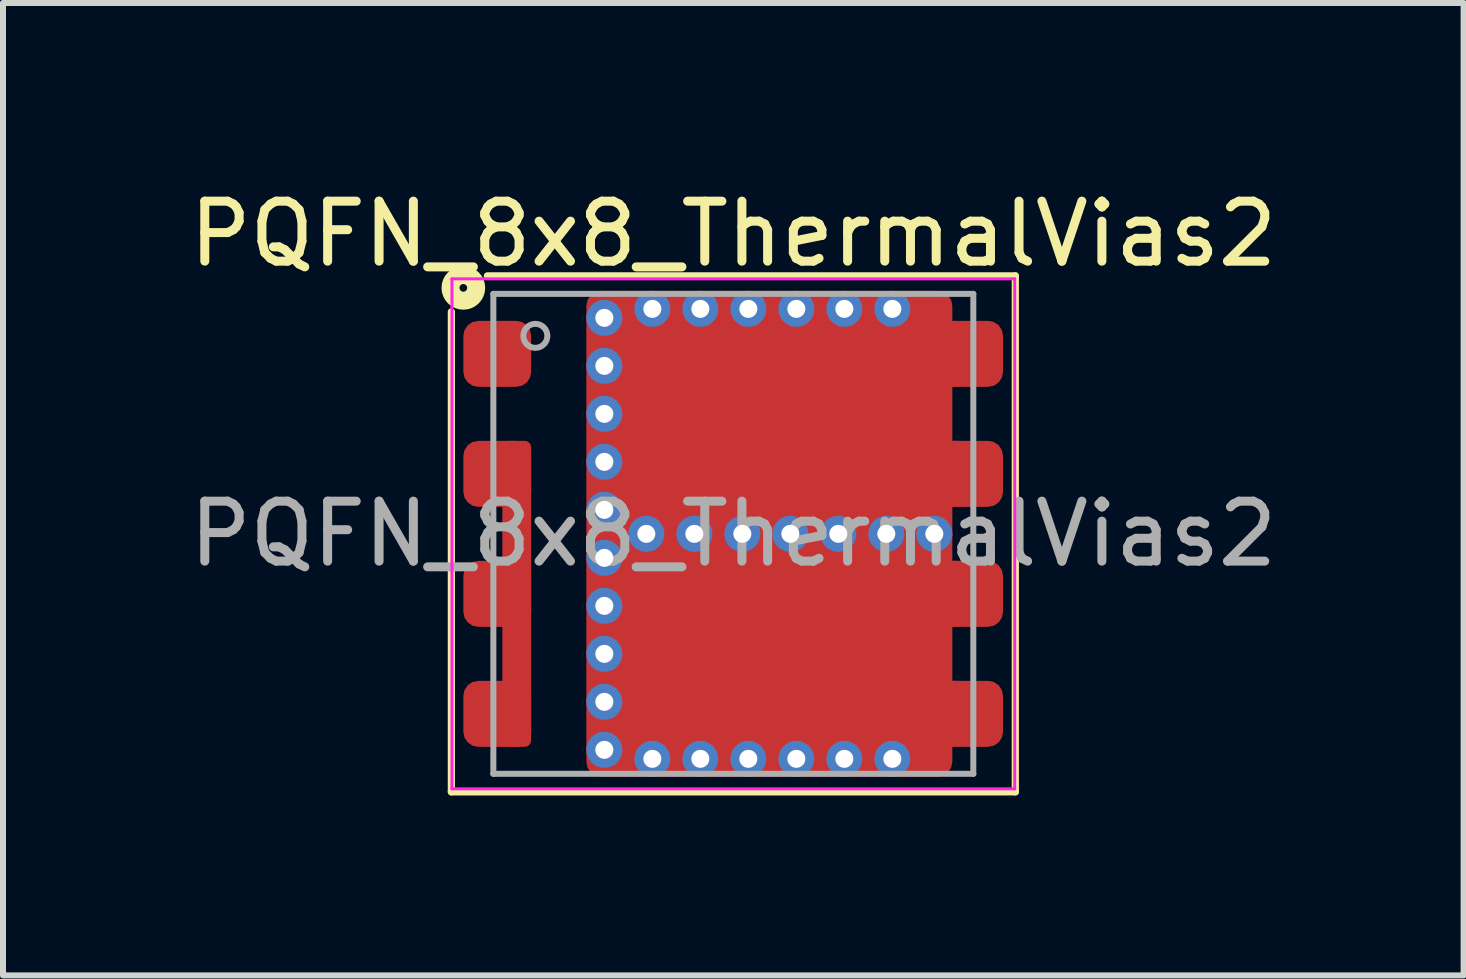
<source format=kicad_pcb>
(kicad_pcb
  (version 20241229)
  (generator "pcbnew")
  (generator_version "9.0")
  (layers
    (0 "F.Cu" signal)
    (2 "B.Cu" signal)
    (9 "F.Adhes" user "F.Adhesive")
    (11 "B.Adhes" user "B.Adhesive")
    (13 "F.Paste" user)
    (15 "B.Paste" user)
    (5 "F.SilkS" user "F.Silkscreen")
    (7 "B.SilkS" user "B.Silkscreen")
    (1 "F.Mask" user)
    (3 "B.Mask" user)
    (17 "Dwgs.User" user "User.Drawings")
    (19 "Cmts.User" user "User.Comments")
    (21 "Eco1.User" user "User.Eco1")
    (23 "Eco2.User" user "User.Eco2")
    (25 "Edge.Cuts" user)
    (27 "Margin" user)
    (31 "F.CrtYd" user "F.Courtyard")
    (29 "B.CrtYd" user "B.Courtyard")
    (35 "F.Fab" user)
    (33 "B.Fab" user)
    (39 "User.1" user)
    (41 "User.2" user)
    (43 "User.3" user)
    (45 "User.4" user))
  (footprint "PQFN_8x8_ThermalVias2"
    (layer "F.Cu")
    (at 9.173 5.848)
    (property "Reference" "PQFN_8x8_ThermalVias2" (at 0 -5 0) (layer "F.SilkS") (effects (font (size 1 1) (thickness 0.15))))
    (attr smd)
    (fp_line (start -4.7 -3.7) (end -4.7 4.3) (stroke (width 0.12) (type solid)) (layer "F.SilkS"))
    (fp_line (start -4.7 4.3) (end 4.7 4.3) (stroke (width 0.12) (type solid)) (layer "F.SilkS"))
    (fp_line (start 4.7 -4.3) (end -4.1 -4.3) (stroke (width 0.12) (type solid)) (layer "F.SilkS"))
    (fp_line (start 4.7 4.3) (end 4.7 -4.3) (stroke (width 0.12) (type solid)) (layer "F.SilkS"))
    (fp_circle (center -4.5 -4.1) (end -4.436 -4.1) (stroke (width 0.3) (type solid)) (fill no) (layer "F.SilkS"))
    (fp_line (start -4.69 -4.25) (end 4.69 -4.25) (stroke (width 0.05) (type solid)) (layer "F.CrtYd"))
    (fp_line (start -4.69 4.25) (end -4.69 -4.25) (stroke (width 0.05) (type solid)) (layer "F.CrtYd"))
    (fp_line (start 4.69 -4.25) (end 4.69 4.25) (stroke (width 0.05) (type solid)) (layer "F.CrtYd"))
    (fp_line (start 4.69 4.25) (end -4.69 4.25) (stroke (width 0.05) (type solid)) (layer "F.CrtYd"))
    (fp_line (start -4 -4) (end 4 -4) (stroke (width 0.1) (type solid)) (layer "F.Fab"))
    (fp_line (start -4 4) (end -4 -4) (stroke (width 0.1) (type solid)) (layer "F.Fab"))
    (fp_line (start 4 -4) (end 4 4) (stroke (width 0.1) (type solid)) (layer "F.Fab"))
    (fp_line (start 4 4) (end -4 4) (stroke (width 0.1) (type solid)) (layer "F.Fab"))
    (fp_circle (center -3.3 -3.3) (end -3.1 -3.3) (stroke (width 0.1) (type solid)) (fill no) (layer "F.Fab"))
    (fp_text user "${REFERENCE}" (at 0 0 0) (layer "F.Fab") (effects (font (size 1 1) (thickness 0.15))))
    (pad "" smd roundrect (at -0.9 -2.625) (size 1.4 1.25) (layers "F.Paste") (roundrect_rratio 0.2))
    (pad "" smd roundrect (at -0.9 -1.125) (size 1.4 1.25) (layers "F.Paste") (roundrect_rratio 0.2))
    (pad "" smd roundrect (at -0.9 1.125) (size 1.4 1.25) (layers "F.Paste") (roundrect_rratio 0.2))
    (pad "" smd roundrect (at -0.9 2.625) (size 1.4 1.25) (layers "F.Paste") (roundrect_rratio 0.2))
    (pad "" smd roundrect (at 0.75 -2.625) (size 1.4 1.25) (layers "F.Paste") (roundrect_rratio 0.2))
    (pad "" smd roundrect (at 0.75 -1.125) (size 1.4 1.25) (layers "F.Paste") (roundrect_rratio 0.2))
    (pad "" smd roundrect (at 0.75 1.125) (size 1.4 1.25) (layers "F.Paste") (roundrect_rratio 0.2))
    (pad "" smd roundrect (at 0.75 2.625) (size 1.4 1.25) (layers "F.Paste") (roundrect_rratio 0.2))
    (pad "" smd roundrect (at 0.787 -1.875 90) (size 3.15 5.225) (layers "F.Mask") (roundrect_rratio 0.079))
    (pad "" smd roundrect (at 0.787 1.875 90) (size 3.15 5.225) (layers "F.Mask") (roundrect_rratio 0.079))
    (pad "" smd roundrect (at 2.4 -2.625) (size 1.4 1.25) (layers "F.Paste") (roundrect_rratio 0.2))
    (pad "" smd roundrect (at 2.4 -1.125) (size 1.4 1.25) (layers "F.Paste") (roundrect_rratio 0.2))
    (pad "" smd roundrect (at 2.4 1.125) (size 1.4 1.25) (layers "F.Paste") (roundrect_rratio 0.2))
    (pad "" smd roundrect (at 2.4 2.625) (size 1.4 1.25) (layers "F.Paste") (roundrect_rratio 0.2))
    (pad "1" smd roundrect (at -3.935 -3) (size 1.13 1.1) (layers "F.Cu" "F.Mask" "F.Paste") (roundrect_rratio 0.227))
    (pad "2" smd roundrect (at -3.935 -1) (size 1.13 1.1) (layers "F.Cu" "F.Mask" "F.Paste") (roundrect_rratio 0.227))
    (pad "2" smd roundrect (at -3.935 1) (size 1.13 1.1) (layers "F.Cu" "F.Mask" "F.Paste") (roundrect_rratio 0.227))
    (pad "2" smd roundrect (at -3.935 3) (size 1.13 1.1) (layers "F.Cu" "F.Mask" "F.Paste") (roundrect_rratio 0.227))
    (pad "2" smd roundrect (at -3.61 1) (size 0.48 5.1) (layers "F.Cu" "F.Mask") (roundrect_rratio 0.227))
    (pad "3" thru_hole circle (at -2.15 -3.6) (size 0.6 0.6) (drill 0.3) (property pad_prop_heatsink) (layers "*.Cu" "*.Mask"))
    (pad "3" thru_hole circle (at -2.15 -2.8) (size 0.6 0.6) (drill 0.3) (property pad_prop_heatsink) (layers "*.Cu" "*.Mask"))
    (pad "3" thru_hole circle (at -2.15 -2) (size 0.6 0.6) (drill 0.3) (property pad_prop_heatsink) (layers "*.Cu" "*.Mask"))
    (pad "3" thru_hole circle (at -2.15 -1.2) (size 0.6 0.6) (drill 0.3) (property pad_prop_heatsink) (layers "*.Cu" "*.Mask"))
    (pad "3" thru_hole circle (at -2.15 -0.4) (size 0.6 0.6) (drill 0.3) (property pad_prop_heatsink) (layers "*.Cu" "*.Mask"))
    (pad "3" thru_hole circle (at -2.15 0.4) (size 0.6 0.6) (drill 0.3) (property pad_prop_heatsink) (layers "*.Cu" "*.Mask"))
    (pad "3" thru_hole circle (at -2.15 1.2) (size 0.6 0.6) (drill 0.3) (property pad_prop_heatsink) (layers "*.Cu" "*.Mask"))
    (pad "3" thru_hole circle (at -2.15 2) (size 0.6 0.6) (drill 0.3) (property pad_prop_heatsink) (layers "*.Cu" "*.Mask"))
    (pad "3" thru_hole circle (at -2.15 2.8) (size 0.6 0.6) (drill 0.3) (property pad_prop_heatsink) (layers "*.Cu" "*.Mask"))
    (pad "3" thru_hole circle (at -2.15 3.6) (size 0.6 0.6) (drill 0.3) (property pad_prop_heatsink) (layers "*.Cu" "*.Mask"))
    (pad "3" thru_hole circle (at -1.45 0) (size 0.6 0.6) (drill 0.3) (property pad_prop_heatsink) (layers "*.Cu" "*.Mask"))
    (pad "3" thru_hole circle (at -1.35 -3.75) (size 0.6 0.6) (drill 0.3) (property pad_prop_heatsink) (layers "*.Cu" "*.Mask"))
    (pad "3" thru_hole circle (at -1.35 3.75) (size 0.6 0.6) (drill 0.3) (property pad_prop_heatsink) (layers "*.Cu" "*.Mask"))
    (pad "3" thru_hole circle (at -0.65 0) (size 0.6 0.6) (drill 0.3) (property pad_prop_heatsink) (layers "*.Cu" "*.Mask"))
    (pad "3" thru_hole circle (at -0.55 -3.75) (size 0.6 0.6) (drill 0.3) (property pad_prop_heatsink) (layers "*.Cu" "*.Mask"))
    (pad "3" thru_hole circle (at -0.55 3.75) (size 0.6 0.6) (drill 0.3) (property pad_prop_heatsink) (layers "*.Cu" "*.Mask"))
    (pad "3" thru_hole circle (at 0.15 0) (size 0.6 0.6) (drill 0.3) (property pad_prop_heatsink) (layers "*.Cu" "*.Mask"))
    (pad "3" thru_hole circle (at 0.25 -3.75) (size 0.6 0.6) (drill 0.3) (property pad_prop_heatsink) (layers "*.Cu" "*.Mask"))
    (pad "3" thru_hole circle (at 0.25 3.75) (size 0.6 0.6) (drill 0.3) (property pad_prop_heatsink) (layers "*.Cu" "*.Mask"))
    (pad "3" smd roundrect (at 0.6 0 90) (size 8.1 6.1) (layers "F.Cu") (roundrect_rratio 0.041))
    (pad "3" thru_hole circle (at 0.95 0) (size 0.6 0.6) (drill 0.3) (property pad_prop_heatsink) (layers "*.Cu" "*.Mask"))
    (pad "3" thru_hole circle (at 1.05 -3.75) (size 0.6 0.6) (drill 0.3) (property pad_prop_heatsink) (layers "*.Cu" "*.Mask"))
    (pad "3" thru_hole circle (at 1.05 3.75) (size 0.6 0.6) (drill 0.3) (property pad_prop_heatsink) (layers "*.Cu" "*.Mask"))
    (pad "3" thru_hole circle (at 1.75 0) (size 0.6 0.6) (drill 0.3) (property pad_prop_heatsink) (layers "*.Cu" "*.Mask"))
    (pad "3" thru_hole circle (at 1.85 -3.75) (size 0.6 0.6) (drill 0.3) (property pad_prop_heatsink) (layers "*.Cu" "*.Mask"))
    (pad "3" thru_hole circle (at 1.85 3.75) (size 0.6 0.6) (drill 0.3) (property pad_prop_heatsink) (layers "*.Cu" "*.Mask"))
    (pad "3" thru_hole circle (at 2.55 0) (size 0.6 0.6) (drill 0.3) (property pad_prop_heatsink) (layers "*.Cu" "*.Mask"))
    (pad "3" thru_hole circle (at 2.65 -3.75) (size 0.6 0.6) (drill 0.3) (property pad_prop_heatsink) (layers "*.Cu" "*.Mask"))
    (pad "3" thru_hole circle (at 2.65 3.75) (size 0.6 0.6) (drill 0.3) (property pad_prop_heatsink) (layers "*.Cu" "*.Mask"))
    (pad "3" thru_hole circle (at 3.35 0) (size 0.6 0.6) (drill 0.3) (property pad_prop_heatsink) (layers "*.Cu" "*.Mask"))
    (pad "3" smd roundrect (at 3.425 -2.95) (size 1.1 1) (layers "F.Cu" "F.Mask") (roundrect_rratio 0.227))
    (pad "3" smd roundrect (at 3.445 1) (size 1.1 1.1) (layers "F.Cu" "F.Mask") (roundrect_rratio 0.227))
    (pad "3" smd roundrect (at 3.455 2.95) (size 1.1 1) (layers "F.Cu" "F.Mask") (roundrect_rratio 0.227))
    (pad "3" smd roundrect (at 3.465 -1) (size 1.1 1.1) (layers "F.Cu" "F.Mask") (roundrect_rratio 0.227))
    (pad "3" smd roundrect (at 3.945 -3) (size 1.1 1.1) (layers "F.Cu" "F.Mask" "F.Paste") (roundrect_rratio 0.227))
    (pad "3" smd roundrect (at 3.945 -1) (size 1.1 1.1) (layers "F.Cu" "F.Mask" "F.Paste") (roundrect_rratio 0.227))
    (pad "3" smd roundrect (at 3.945 1) (size 1.1 1.1) (layers "F.Cu" "F.Mask" "F.Paste") (roundrect_rratio 0.227))
    (pad "3" smd roundrect (at 3.945 3) (size 1.1 1.1) (layers "F.Cu" "F.Mask" "F.Paste") (roundrect_rratio 0.227)))
  (gr_rect
    (start -3 -3)
    (end 21.345 13.208)
    (stroke (width 0.1) (type default))
    (fill no)
    (layer "Edge.Cuts")))
</source>
